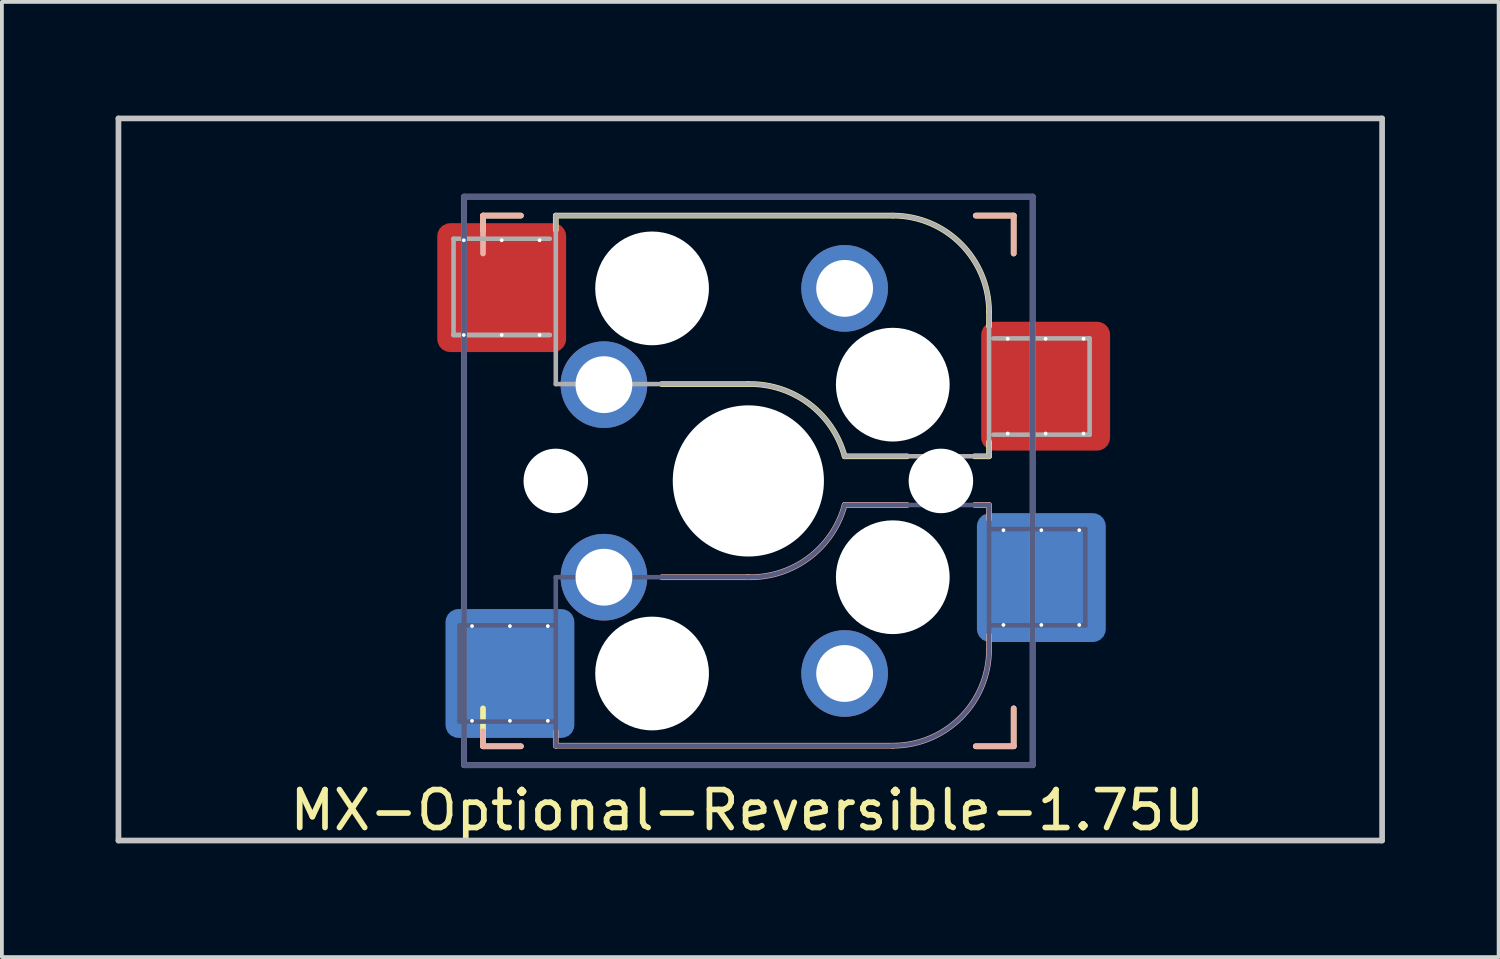
<source format=kicad_pcb>
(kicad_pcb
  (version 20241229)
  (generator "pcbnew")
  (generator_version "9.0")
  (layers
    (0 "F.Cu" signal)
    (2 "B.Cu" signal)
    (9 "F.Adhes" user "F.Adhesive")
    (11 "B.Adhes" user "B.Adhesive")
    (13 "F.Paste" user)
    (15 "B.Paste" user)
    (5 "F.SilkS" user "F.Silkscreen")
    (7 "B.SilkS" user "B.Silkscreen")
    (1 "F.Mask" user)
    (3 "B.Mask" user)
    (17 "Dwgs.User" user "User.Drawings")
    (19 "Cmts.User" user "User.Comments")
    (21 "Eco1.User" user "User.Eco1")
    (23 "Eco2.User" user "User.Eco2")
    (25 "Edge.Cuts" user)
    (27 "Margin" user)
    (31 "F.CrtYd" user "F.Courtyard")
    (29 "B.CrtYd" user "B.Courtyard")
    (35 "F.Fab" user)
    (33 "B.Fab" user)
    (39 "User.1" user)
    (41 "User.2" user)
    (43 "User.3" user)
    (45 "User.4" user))
  (footprint "MX-Optional-Reversible-1.75U"
    (layer "F.Cu")
    (at 16.744 9.6)
    (property "Reference" "MX-Optional-Reversible-1.75U" (at -0.077 8.726 180) (layer "F.SilkS") (effects (font (size 1 1) (thickness 0.15))))
    (attr smd)
    (fp_rect (start -8.258 -6.062) (end -4.858 -4.062) (stroke (width 0.1) (type solid)) (fill yes) (layer "F.Mask"))
    (fp_rect (start 6.092 -3.462) (end 9.492 -1.462) (stroke (width 0.1) (type solid)) (fill yes) (layer "F.Mask"))
    (fp_rect (start -8.041 4.118) (end -4.641 6.118) (stroke (width 0.1) (type solid)) (fill yes) (layer "B.Mask"))
    (fp_rect (start 5.979 1.588) (end 9.379 3.588) (stroke (width 0.1) (type solid)) (fill yes) (layer "B.Mask"))
    (fp_line (start -7.051 -6.962) (end -6.051 -6.962) (stroke (width 0.15) (type solid)) (layer "F.SilkS"))
    (fp_line (start -7.051 -6.566) (end -7.051 -6.962) (stroke (width 0.15) (type solid)) (layer "F.SilkS"))
    (fp_line (start -7.051 7.038) (end -7.051 6.038) (stroke (width 0.15) (type solid)) (layer "F.SilkS"))
    (fp_line (start -6.051 7.038) (end -7.051 7.038) (stroke (width 0.15) (type solid)) (layer "F.SilkS"))
    (fp_line (start -5.131 -6.581) (end -5.131 -6.962) (stroke (width 0.15) (type solid)) (layer "F.SilkS"))
    (fp_line (start -2.337 -2.517) (end -0.051 -2.517) (stroke (width 0.15) (type solid)) (layer "F.SilkS"))
    (fp_line (start 2.489 -0.612) (end 4.14 -0.612) (stroke (width 0.15) (type solid)) (layer "F.SilkS"))
    (fp_line (start 3.759 -6.962) (end -5.131 -6.962) (stroke (width 0.15) (type solid)) (layer "F.SilkS"))
    (fp_line (start 5.918 -0.612) (end 6.299 -0.612) (stroke (width 0.15) (type solid)) (layer "F.SilkS"))
    (fp_line (start 5.949 -6.962) (end 6.949 -6.962) (stroke (width 0.15) (type solid)) (layer "F.SilkS"))
    (fp_line (start 6.299 -4.041) (end 6.299 -4.422) (stroke (width 0.15) (type solid)) (layer "F.SilkS"))
    (fp_line (start 6.299 -0.612) (end 6.299 -0.993) (stroke (width 0.15) (type solid)) (layer "F.SilkS"))
    (fp_line (start 6.949 -6.962) (end 6.949 -5.962) (stroke (width 0.15) (type solid)) (layer "F.SilkS"))
    (fp_line (start 6.949 6.038) (end 6.949 7.038) (stroke (width 0.15) (type solid)) (layer "F.SilkS"))
    (fp_line (start 6.949 7.038) (end 5.949 7.038) (stroke (width 0.15) (type solid)) (layer "F.SilkS"))
    (fp_arc (start -0.05085 -2.51696) (mid 1.54712 -2.001754) (end 2.48915 -0.61196) (stroke (width 0.15) (type solid)) (layer "F.SilkS"))
    (fp_arc (start 3.75915 -6.96196) (mid 5.555201 -6.218011) (end 6.29915 -4.42196) (stroke (width 0.15) (type solid)) (layer "F.SilkS"))
    (fp_line (start -7.051 -6.962) (end -6.051 -6.962) (stroke (width 0.15) (type solid)) (layer "B.SilkS"))
    (fp_line (start -7.051 -5.962) (end -7.051 -6.962) (stroke (width 0.15) (type solid)) (layer "B.SilkS"))
    (fp_line (start -7.051 7.038) (end -7.051 6.642) (stroke (width 0.15) (type solid)) (layer "B.SilkS"))
    (fp_line (start -6.051 7.038) (end -7.051 7.038) (stroke (width 0.15) (type solid)) (layer "B.SilkS"))
    (fp_line (start -5.131 7.023) (end -5.131 6.642) (stroke (width 0.15) (type solid)) (layer "B.SilkS"))
    (fp_line (start -5.131 7.023) (end 3.759 7.023) (stroke (width 0.15) (type solid)) (layer "B.SilkS"))
    (fp_line (start -0.051 2.578) (end -2.337 2.578) (stroke (width 0.15) (type solid)) (layer "B.SilkS"))
    (fp_line (start 4.14 0.673) (end 2.489 0.673) (stroke (width 0.15) (type solid)) (layer "B.SilkS"))
    (fp_line (start 5.949 -6.962) (end 6.949 -6.962) (stroke (width 0.15) (type solid)) (layer "B.SilkS"))
    (fp_line (start 6.299 0.673) (end 5.918 0.673) (stroke (width 0.15) (type solid)) (layer "B.SilkS"))
    (fp_line (start 6.299 1.054) (end 6.299 0.673) (stroke (width 0.15) (type solid)) (layer "B.SilkS"))
    (fp_line (start 6.299 4.483) (end 6.299 4.102) (stroke (width 0.15) (type solid)) (layer "B.SilkS"))
    (fp_line (start 6.949 -6.962) (end 6.949 -5.962) (stroke (width 0.15) (type solid)) (layer "B.SilkS"))
    (fp_line (start 6.949 6.038) (end 6.949 7.038) (stroke (width 0.15) (type solid)) (layer "B.SilkS"))
    (fp_line (start 6.949 7.038) (end 5.949 7.038) (stroke (width 0.15) (type solid)) (layer "B.SilkS"))
    (fp_arc (start 2.48915 0.67304) (mid 1.547119 2.062831) (end -0.05085 2.57804) (stroke (width 0.15) (type solid)) (layer "B.SilkS"))
    (fp_arc (start 6.29915 4.48304) (mid 5.555201 6.279091) (end 3.75915 7.02304) (stroke (width 0.15) (type solid)) (layer "B.SilkS"))
    (fp_line (start -16.669 9.525) (end -16.669 -9.525) (stroke (width 0.15) (type solid)) (layer "Dwgs.User"))
    (fp_line (start 16.669 -9.525) (end -16.669 -9.525) (stroke (width 0.15) (type solid)) (layer "Dwgs.User"))
    (fp_line (start 16.669 9.525) (end -16.669 9.525) (stroke (width 0.15) (type solid)) (layer "Dwgs.User"))
    (fp_line (start 16.669 9.525) (end 16.669 -9.525) (stroke (width 0.15) (type solid)) (layer "Dwgs.User"))
    (fp_line (start -6.951 6.938) (end -6.951 -6.862) (stroke (width 0.15) (type solid)) (layer "Eco2.User"))
    (fp_line (start -6.951 6.938) (end 6.849 6.938) (stroke (width 0.15) (type solid)) (layer "Eco2.User"))
    (fp_line (start 6.849 -6.862) (end -6.951 -6.862) (stroke (width 0.15) (type solid)) (layer "Eco2.User"))
    (fp_line (start 6.849 -6.862) (end 6.849 6.938) (stroke (width 0.15) (type solid)) (layer "Eco2.User"))
    (fp_line (start -7.671 3.848) (end -7.671 6.388) (stroke (width 0.12) (type solid)) (layer "B.Fab"))
    (fp_line (start -7.671 6.388) (end -5.131 6.388) (stroke (width 0.12) (type solid)) (layer "B.Fab"))
    (fp_line (start -7.551 -7.462) (end 7.449 -7.462) (stroke (width 0.15) (type solid)) (layer "B.Fab"))
    (fp_line (start -7.551 7.538) (end -7.551 -7.462) (stroke (width 0.15) (type solid)) (layer "B.Fab"))
    (fp_line (start -5.131 2.578) (end -5.131 7.023) (stroke (width 0.12) (type solid)) (layer "B.Fab"))
    (fp_line (start -5.131 3.848) (end -7.671 3.848) (stroke (width 0.12) (type solid)) (layer "B.Fab"))
    (fp_line (start -5.131 7.023) (end 3.759 7.023) (stroke (width 0.12) (type solid)) (layer "B.Fab"))
    (fp_line (start -0.051 2.578) (end -5.131 2.578) (stroke (width 0.12) (type solid)) (layer "B.Fab"))
    (fp_line (start 6.299 0.673) (end 2.489 0.673) (stroke (width 0.12) (type solid)) (layer "B.Fab"))
    (fp_line (start 6.299 3.848) (end 8.839 3.848) (stroke (width 0.12) (type solid)) (layer "B.Fab"))
    (fp_line (start 6.299 4.483) (end 6.299 0.673) (stroke (width 0.12) (type solid)) (layer "B.Fab"))
    (fp_line (start 7.449 -7.462) (end 7.449 7.538) (stroke (width 0.15) (type solid)) (layer "B.Fab"))
    (fp_line (start 7.449 7.538) (end -7.551 7.538) (stroke (width 0.15) (type solid)) (layer "B.Fab"))
    (fp_line (start 8.839 1.308) (end 6.299 1.308) (stroke (width 0.12) (type solid)) (layer "B.Fab"))
    (fp_line (start 8.839 3.848) (end 8.839 1.308) (stroke (width 0.12) (type solid)) (layer "B.Fab"))
    (fp_arc (start 2.48915 0.67304) (mid 1.547119 2.062831) (end -0.05085 2.57804) (stroke (width 0.12) (type solid)) (layer "B.Fab"))
    (fp_arc (start 6.29915 4.48304) (mid 5.555201 6.279091) (end 3.75915 7.02304) (stroke (width 0.12) (type solid)) (layer "B.Fab"))
    (fp_line (start -7.828 -6.352) (end -7.828 -3.812) (stroke (width 0.12) (type solid)) (layer "F.Fab"))
    (fp_line (start -7.828 -3.812) (end -5.288 -3.812) (stroke (width 0.12) (type solid)) (layer "F.Fab"))
    (fp_line (start -7.828 -3.812) (end -5.288 -3.812) (stroke (width 0.12) (type solid)) (layer "F.Fab"))
    (fp_line (start -7.551 -7.462) (end 7.449 -7.462) (stroke (width 0.15) (type solid)) (layer "F.Fab"))
    (fp_line (start -7.551 7.538) (end -7.551 -7.462) (stroke (width 0.15) (type solid)) (layer "F.Fab"))
    (fp_line (start -5.288 -6.352) (end -7.828 -6.352) (stroke (width 0.12) (type solid)) (layer "F.Fab"))
    (fp_line (start -5.131 -6.962) (end -5.131 -2.517) (stroke (width 0.12) (type solid)) (layer "F.Fab"))
    (fp_line (start -5.131 -2.517) (end -0.051 -2.517) (stroke (width 0.12) (type solid)) (layer "F.Fab"))
    (fp_line (start 2.489 -0.612) (end 6.299 -0.612) (stroke (width 0.12) (type solid)) (layer "F.Fab"))
    (fp_line (start 3.759 -6.962) (end -5.131 -6.962) (stroke (width 0.12) (type solid)) (layer "F.Fab"))
    (fp_line (start 6.299 -0.612) (end 6.299 -4.422) (stroke (width 0.12) (type solid)) (layer "F.Fab"))
    (fp_line (start 6.412 -1.182) (end 8.952 -1.182) (stroke (width 0.12) (type solid)) (layer "F.Fab"))
    (fp_line (start 7.449 -7.462) (end 7.449 7.538) (stroke (width 0.15) (type solid)) (layer "F.Fab"))
    (fp_line (start 7.449 7.538) (end -7.551 7.538) (stroke (width 0.15) (type solid)) (layer "F.Fab"))
    (fp_line (start 8.952 -3.722) (end 6.412 -3.722) (stroke (width 0.12) (type solid)) (layer "F.Fab"))
    (fp_line (start 8.952 -1.182) (end 8.952 -3.722) (stroke (width 0.12) (type solid)) (layer "F.Fab"))
    (fp_arc (start -0.05085 -2.51696) (mid 1.547122 -2.001755) (end 2.48915 -0.61196) (stroke (width 0.12) (type solid)) (layer "F.Fab"))
    (fp_arc (start 3.75915 -6.96196) (mid 5.555201 -6.218011) (end 6.29915 -4.42196) (stroke (width 0.12) (type solid)) (layer "F.Fab"))
    (pad "" np_thru_hole circle (at -5.131 0.038) (size 1.702 1.702) (drill 1.702) (layers "*.Cu" "*.Mask"))
    (pad "" np_thru_hole circle (at -2.591 -5.042) (size 3 3) (drill 3) (layers "*.Cu" "*.Mask"))
    (pad "" np_thru_hole circle (at -2.591 5.118) (size 3 3) (drill 3) (layers "*.Cu" "*.Mask"))
    (pad "" np_thru_hole circle (at -0.051 0.038) (size 3.988 3.988) (drill 3.988) (layers "*.Cu" "*.Mask"))
    (pad "" np_thru_hole circle (at 3.759 -2.502) (size 3 3) (drill 3) (layers "*.Cu" "*.Mask"))
    (pad "" np_thru_hole circle (at 3.759 2.578) (size 3 3) (drill 3) (layers "*.Cu" "*.Mask"))
    (pad "" np_thru_hole circle (at 5.029 0.038) (size 1.702 1.702) (drill 1.702) (layers "*.Cu" "*.Mask"))
    (pad "1" thru_hole circle (at -7.558 -6.312 270) (size 0.1 0.1) (drill 0.3) (layers "*.Cu" "*.Mask"))
    (pad "1" thru_hole circle (at -7.558 -3.812 270) (size 0.1 0.1) (drill 0.3) (layers "*.Cu" "*.Mask"))
    (pad "1" thru_hole circle (at -7.341 3.868 270) (size 0.1 0.1) (drill 0.3) (layers "*.Cu" "*.Mask"))
    (pad "1" thru_hole circle (at -7.341 6.368 270) (size 0.1 0.1) (drill 0.3) (layers "*.Cu" "*.Mask"))
    (pad "1" thru_hole circle (at -6.558 -6.312 270) (size 0.1 0.1) (drill 0.3) (layers "*.Cu"))
    (pad "1" smd roundrect (at -6.558 -5.062 180) (size 3.4 3.4) (property pad_prop_bga) (layers "F.Cu" "F.Paste") (roundrect_rratio 0.1))
    (pad "1" thru_hole circle (at -6.558 -3.812 270) (size 0.1 0.1) (drill 0.3) (layers "*.Cu" "*.Mask"))
    (pad "1" thru_hole circle (at -6.341 3.868 270) (size 0.1 0.1) (drill 0.3) (layers "*.Cu"))
    (pad "1" smd roundrect (at -6.341 5.118) (size 3.4 3.4) (property pad_prop_bga) (layers "B.Cu" "B.Paste") (roundrect_rratio 0.1))
    (pad "1" thru_hole circle (at -6.341 6.368 270) (size 0.1 0.1) (drill 0.3) (layers "*.Cu" "*.Mask"))
    (pad "1" thru_hole circle (at -5.558 -6.312 270) (size 0.1 0.1) (drill 0.3) (layers "*.Cu"))
    (pad "1" thru_hole circle (at -5.558 -3.812 270) (size 0.1 0.1) (drill 0.3) (layers "*.Cu" "*.Mask"))
    (pad "1" thru_hole circle (at -5.341 3.868 270) (size 0.1 0.1) (drill 0.3) (layers "*.Cu"))
    (pad "1" thru_hole circle (at -5.341 6.368 270) (size 0.1 0.1) (drill 0.3) (layers "*.Cu" "*.Mask"))
    (pad "1" thru_hole circle (at -3.861 -2.502) (size 2.286 2.286) (drill 1.499) (layers "*.Cu" "*.Mask"))
    (pad "1" thru_hole circle (at -3.861 2.578) (size 2.286 2.286) (drill 1.499) (layers "*.Cu" "*.Mask"))
    (pad "2" thru_hole circle (at 2.489 -5.042) (size 2.286 2.286) (drill 1.499) (layers "*.Cu" "*.Mask"))
    (pad "2" thru_hole circle (at 2.489 5.118) (size 2.286 2.286) (drill 1.499) (layers "*.Cu" "*.Mask"))
    (pad "2" thru_hole circle (at 6.679 1.338 270) (size 0.1 0.1) (drill 0.3) (layers "*.Cu" "*.Mask"))
    (pad "2" thru_hole circle (at 6.679 3.838 270) (size 0.1 0.1) (drill 0.3) (layers "*.Cu" "*.Mask"))
    (pad "2" thru_hole circle (at 6.792 -3.712 270) (size 0.1 0.1) (drill 0.3) (layers "*.Cu" "*.Mask"))
    (pad "2" thru_hole circle (at 6.792 -1.212 270) (size 0.1 0.1) (drill 0.3) (layers "*.Cu" "*.Mask"))
    (pad "2" thru_hole circle (at 7.679 1.338 270) (size 0.1 0.1) (drill 0.3) (layers "*.Cu" "*.Mask"))
    (pad "2" smd roundrect (at 7.679 2.588) (size 3.4 3.4) (property pad_prop_bga) (layers "B.Cu" "B.Paste") (roundrect_rratio 0.1))
    (pad "2" thru_hole circle (at 7.679 3.838 270) (size 0.1 0.1) (drill 0.3) (layers "*.Cu"))
    (pad "2" thru_hole circle (at 7.792 -3.712 270) (size 0.1 0.1) (drill 0.3) (layers "*.Cu"))
    (pad "2" smd roundrect (at 7.792 -2.462 180) (size 3.4 3.4) (property pad_prop_bga) (layers "F.Cu" "F.Paste") (roundrect_rratio 0.1))
    (pad "2" thru_hole circle (at 7.792 -1.212 270) (size 0.1 0.1) (drill 0.3) (layers "*.Cu" "*.Mask"))
    (pad "2" thru_hole circle (at 8.679 1.338 270) (size 0.1 0.1) (drill 0.3) (layers "*.Cu" "*.Mask"))
    (pad "2" thru_hole circle (at 8.679 3.838 270) (size 0.1 0.1) (drill 0.3) (layers "*.Cu"))
    (pad "2" thru_hole circle (at 8.792 -3.712 270) (size 0.1 0.1) (drill 0.3) (layers "*.Cu"))
    (pad "2" thru_hole circle (at 8.792 -1.212 270) (size 0.1 0.1) (drill 0.3) (layers "*.Cu" "*.Mask")))
  (gr_rect
    (start -3 -3)
    (end 36.487 22.2)
    (stroke (width 0.1) (type default))
    (fill no)
    (layer "Edge.Cuts")))
</source>
